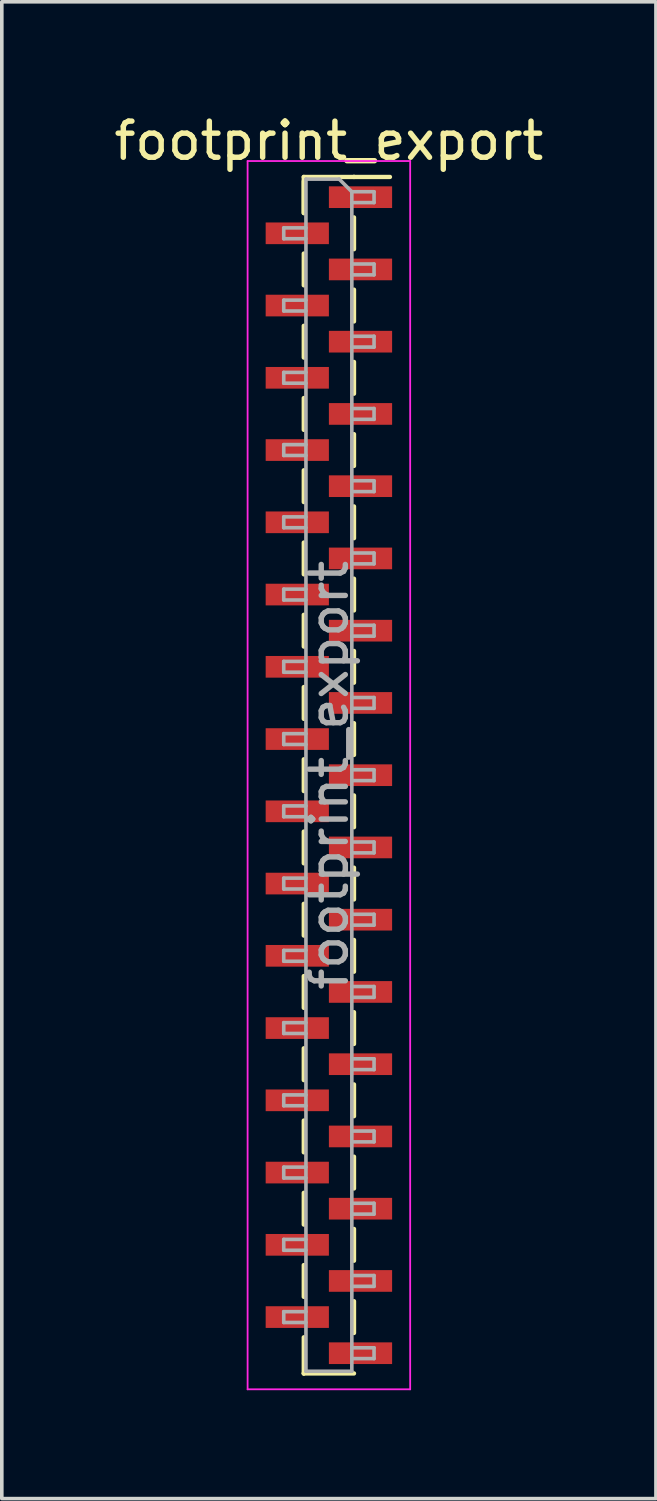
<source format=kicad_pcb>
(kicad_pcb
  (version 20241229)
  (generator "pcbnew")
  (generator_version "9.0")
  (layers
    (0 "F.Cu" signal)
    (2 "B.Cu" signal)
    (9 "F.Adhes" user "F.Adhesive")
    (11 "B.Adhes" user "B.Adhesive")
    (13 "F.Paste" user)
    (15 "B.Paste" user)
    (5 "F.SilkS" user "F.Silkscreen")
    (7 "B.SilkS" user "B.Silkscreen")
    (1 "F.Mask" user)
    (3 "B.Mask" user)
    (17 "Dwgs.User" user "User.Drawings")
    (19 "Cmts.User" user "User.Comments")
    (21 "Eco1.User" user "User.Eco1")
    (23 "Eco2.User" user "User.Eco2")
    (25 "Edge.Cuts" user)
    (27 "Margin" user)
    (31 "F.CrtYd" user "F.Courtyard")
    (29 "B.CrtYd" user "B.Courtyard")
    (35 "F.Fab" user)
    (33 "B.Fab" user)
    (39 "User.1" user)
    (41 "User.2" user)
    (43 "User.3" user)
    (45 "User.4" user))
  (footprint "footprint_export"
    (layer "F.Cu")
    (at 6.054 18.408)
    (property "Reference" "footprint_export" (at 0 -17.56 0) (layer "F.SilkS") (effects (font (size 1 1) (thickness 0.15))))
    (attr smd)
    (fp_line (start -0.695 -16.56) (end -0.695 -15.56) (stroke (width 0.12) (type solid)) (layer "F.SilkS"))
    (fp_line (start -0.695 -16.56) (end 0.695 -16.56) (stroke (width 0.12) (type solid)) (layer "F.SilkS"))
    (fp_line (start -0.695 -16.44) (end -0.695 -15.56) (stroke (width 0.12) (type solid)) (layer "F.SilkS"))
    (fp_line (start -0.695 -14.44) (end -0.695 -13.56) (stroke (width 0.12) (type solid)) (layer "F.SilkS"))
    (fp_line (start -0.695 -12.44) (end -0.695 -11.56) (stroke (width 0.12) (type solid)) (layer "F.SilkS"))
    (fp_line (start -0.695 -10.44) (end -0.695 -9.56) (stroke (width 0.12) (type solid)) (layer "F.SilkS"))
    (fp_line (start -0.695 -8.44) (end -0.695 -7.56) (stroke (width 0.12) (type solid)) (layer "F.SilkS"))
    (fp_line (start -0.695 -6.44) (end -0.695 -5.56) (stroke (width 0.12) (type solid)) (layer "F.SilkS"))
    (fp_line (start -0.695 -4.44) (end -0.695 -3.56) (stroke (width 0.12) (type solid)) (layer "F.SilkS"))
    (fp_line (start -0.695 -2.44) (end -0.695 -1.56) (stroke (width 0.12) (type solid)) (layer "F.SilkS"))
    (fp_line (start -0.695 -0.44) (end -0.695 0.44) (stroke (width 0.12) (type solid)) (layer "F.SilkS"))
    (fp_line (start -0.695 1.56) (end -0.695 2.44) (stroke (width 0.12) (type solid)) (layer "F.SilkS"))
    (fp_line (start -0.695 3.56) (end -0.695 4.44) (stroke (width 0.12) (type solid)) (layer "F.SilkS"))
    (fp_line (start -0.695 5.56) (end -0.695 6.44) (stroke (width 0.12) (type solid)) (layer "F.SilkS"))
    (fp_line (start -0.695 7.56) (end -0.695 8.44) (stroke (width 0.12) (type solid)) (layer "F.SilkS"))
    (fp_line (start -0.695 9.56) (end -0.695 10.44) (stroke (width 0.12) (type solid)) (layer "F.SilkS"))
    (fp_line (start -0.695 11.56) (end -0.695 12.44) (stroke (width 0.12) (type solid)) (layer "F.SilkS"))
    (fp_line (start -0.695 13.56) (end -0.695 14.44) (stroke (width 0.12) (type solid)) (layer "F.SilkS"))
    (fp_line (start -0.695 15.56) (end -0.695 16.56) (stroke (width 0.12) (type solid)) (layer "F.SilkS"))
    (fp_line (start -0.695 16.56) (end -0.695 16.56) (stroke (width 0.12) (type solid)) (layer "F.SilkS"))
    (fp_line (start -0.695 16.56) (end 0.695 16.56) (stroke (width 0.12) (type solid)) (layer "F.SilkS"))
    (fp_line (start 0.695 -16.56) (end 0.695 -16.56) (stroke (width 0.12) (type solid)) (layer "F.SilkS"))
    (fp_line (start 0.695 -16.56) (end 1.69 -16.56) (stroke (width 0.12) (type solid)) (layer "F.SilkS"))
    (fp_line (start 0.695 -15.44) (end 0.695 -14.56) (stroke (width 0.12) (type solid)) (layer "F.SilkS"))
    (fp_line (start 0.695 -13.44) (end 0.695 -12.56) (stroke (width 0.12) (type solid)) (layer "F.SilkS"))
    (fp_line (start 0.695 -11.44) (end 0.695 -10.56) (stroke (width 0.12) (type solid)) (layer "F.SilkS"))
    (fp_line (start 0.695 -9.44) (end 0.695 -8.56) (stroke (width 0.12) (type solid)) (layer "F.SilkS"))
    (fp_line (start 0.695 -7.44) (end 0.695 -6.56) (stroke (width 0.12) (type solid)) (layer "F.SilkS"))
    (fp_line (start 0.695 -5.44) (end 0.695 -4.56) (stroke (width 0.12) (type solid)) (layer "F.SilkS"))
    (fp_line (start 0.695 -3.44) (end 0.695 -2.56) (stroke (width 0.12) (type solid)) (layer "F.SilkS"))
    (fp_line (start 0.695 -1.44) (end 0.695 -0.56) (stroke (width 0.12) (type solid)) (layer "F.SilkS"))
    (fp_line (start 0.695 0.56) (end 0.695 1.44) (stroke (width 0.12) (type solid)) (layer "F.SilkS"))
    (fp_line (start 0.695 2.56) (end 0.695 3.44) (stroke (width 0.12) (type solid)) (layer "F.SilkS"))
    (fp_line (start 0.695 4.56) (end 0.695 5.44) (stroke (width 0.12) (type solid)) (layer "F.SilkS"))
    (fp_line (start 0.695 6.56) (end 0.695 7.44) (stroke (width 0.12) (type solid)) (layer "F.SilkS"))
    (fp_line (start 0.695 8.56) (end 0.695 9.44) (stroke (width 0.12) (type solid)) (layer "F.SilkS"))
    (fp_line (start 0.695 10.56) (end 0.695 11.44) (stroke (width 0.12) (type solid)) (layer "F.SilkS"))
    (fp_line (start 0.695 12.56) (end 0.695 13.44) (stroke (width 0.12) (type solid)) (layer "F.SilkS"))
    (fp_line (start 0.695 14.56) (end 0.695 15.44) (stroke (width 0.12) (type solid)) (layer "F.SilkS"))
    (fp_line (start -2.25 -17) (end -2.25 17) (stroke (width 0.05) (type solid)) (layer "F.CrtYd"))
    (fp_line (start -2.25 17) (end 2.25 17) (stroke (width 0.05) (type solid)) (layer "F.CrtYd"))
    (fp_line (start 2.25 -17) (end -2.25 -17) (stroke (width 0.05) (type solid)) (layer "F.CrtYd"))
    (fp_line (start 2.25 17) (end 2.25 -17) (stroke (width 0.05) (type solid)) (layer "F.CrtYd"))
    (fp_line (start -1.25 -15.15) (end -1.25 -14.85) (stroke (width 0.1) (type solid)) (layer "F.Fab"))
    (fp_line (start -1.25 -14.85) (end -0.635 -14.85) (stroke (width 0.1) (type solid)) (layer "F.Fab"))
    (fp_line (start -1.25 -13.15) (end -1.25 -12.85) (stroke (width 0.1) (type solid)) (layer "F.Fab"))
    (fp_line (start -1.25 -12.85) (end -0.635 -12.85) (stroke (width 0.1) (type solid)) (layer "F.Fab"))
    (fp_line (start -1.25 -11.15) (end -1.25 -10.85) (stroke (width 0.1) (type solid)) (layer "F.Fab"))
    (fp_line (start -1.25 -10.85) (end -0.635 -10.85) (stroke (width 0.1) (type solid)) (layer "F.Fab"))
    (fp_line (start -1.25 -9.15) (end -1.25 -8.85) (stroke (width 0.1) (type solid)) (layer "F.Fab"))
    (fp_line (start -1.25 -8.85) (end -0.635 -8.85) (stroke (width 0.1) (type solid)) (layer "F.Fab"))
    (fp_line (start -1.25 -7.15) (end -1.25 -6.85) (stroke (width 0.1) (type solid)) (layer "F.Fab"))
    (fp_line (start -1.25 -6.85) (end -0.635 -6.85) (stroke (width 0.1) (type solid)) (layer "F.Fab"))
    (fp_line (start -1.25 -5.15) (end -1.25 -4.85) (stroke (width 0.1) (type solid)) (layer "F.Fab"))
    (fp_line (start -1.25 -4.85) (end -0.635 -4.85) (stroke (width 0.1) (type solid)) (layer "F.Fab"))
    (fp_line (start -1.25 -3.15) (end -1.25 -2.85) (stroke (width 0.1) (type solid)) (layer "F.Fab"))
    (fp_line (start -1.25 -2.85) (end -0.635 -2.85) (stroke (width 0.1) (type solid)) (layer "F.Fab"))
    (fp_line (start -1.25 -1.15) (end -1.25 -0.85) (stroke (width 0.1) (type solid)) (layer "F.Fab"))
    (fp_line (start -1.25 -0.85) (end -0.635 -0.85) (stroke (width 0.1) (type solid)) (layer "F.Fab"))
    (fp_line (start -1.25 0.85) (end -1.25 1.15) (stroke (width 0.1) (type solid)) (layer "F.Fab"))
    (fp_line (start -1.25 1.15) (end -0.635 1.15) (stroke (width 0.1) (type solid)) (layer "F.Fab"))
    (fp_line (start -1.25 2.85) (end -1.25 3.15) (stroke (width 0.1) (type solid)) (layer "F.Fab"))
    (fp_line (start -1.25 3.15) (end -0.635 3.15) (stroke (width 0.1) (type solid)) (layer "F.Fab"))
    (fp_line (start -1.25 4.85) (end -1.25 5.15) (stroke (width 0.1) (type solid)) (layer "F.Fab"))
    (fp_line (start -1.25 5.15) (end -0.635 5.15) (stroke (width 0.1) (type solid)) (layer "F.Fab"))
    (fp_line (start -1.25 6.85) (end -1.25 7.15) (stroke (width 0.1) (type solid)) (layer "F.Fab"))
    (fp_line (start -1.25 7.15) (end -0.635 7.15) (stroke (width 0.1) (type solid)) (layer "F.Fab"))
    (fp_line (start -1.25 8.85) (end -1.25 9.15) (stroke (width 0.1) (type solid)) (layer "F.Fab"))
    (fp_line (start -1.25 9.15) (end -0.635 9.15) (stroke (width 0.1) (type solid)) (layer "F.Fab"))
    (fp_line (start -1.25 10.85) (end -1.25 11.15) (stroke (width 0.1) (type solid)) (layer "F.Fab"))
    (fp_line (start -1.25 11.15) (end -0.635 11.15) (stroke (width 0.1) (type solid)) (layer "F.Fab"))
    (fp_line (start -1.25 12.85) (end -1.25 13.15) (stroke (width 0.1) (type solid)) (layer "F.Fab"))
    (fp_line (start -1.25 13.15) (end -0.635 13.15) (stroke (width 0.1) (type solid)) (layer "F.Fab"))
    (fp_line (start -1.25 14.85) (end -1.25 15.15) (stroke (width 0.1) (type solid)) (layer "F.Fab"))
    (fp_line (start -1.25 15.15) (end -0.635 15.15) (stroke (width 0.1) (type solid)) (layer "F.Fab"))
    (fp_line (start -0.635 -16.5) (end -0.635 16.5) (stroke (width 0.1) (type solid)) (layer "F.Fab"))
    (fp_line (start -0.635 -16.5) (end 0.285 -16.5) (stroke (width 0.1) (type solid)) (layer "F.Fab"))
    (fp_line (start -0.635 -15.15) (end -1.25 -15.15) (stroke (width 0.1) (type solid)) (layer "F.Fab"))
    (fp_line (start -0.635 -13.15) (end -1.25 -13.15) (stroke (width 0.1) (type solid)) (layer "F.Fab"))
    (fp_line (start -0.635 -11.15) (end -1.25 -11.15) (stroke (width 0.1) (type solid)) (layer "F.Fab"))
    (fp_line (start -0.635 -9.15) (end -1.25 -9.15) (stroke (width 0.1) (type solid)) (layer "F.Fab"))
    (fp_line (start -0.635 -7.15) (end -1.25 -7.15) (stroke (width 0.1) (type solid)) (layer "F.Fab"))
    (fp_line (start -0.635 -5.15) (end -1.25 -5.15) (stroke (width 0.1) (type solid)) (layer "F.Fab"))
    (fp_line (start -0.635 -3.15) (end -1.25 -3.15) (stroke (width 0.1) (type solid)) (layer "F.Fab"))
    (fp_line (start -0.635 -1.15) (end -1.25 -1.15) (stroke (width 0.1) (type solid)) (layer "F.Fab"))
    (fp_line (start -0.635 0.85) (end -1.25 0.85) (stroke (width 0.1) (type solid)) (layer "F.Fab"))
    (fp_line (start -0.635 2.85) (end -1.25 2.85) (stroke (width 0.1) (type solid)) (layer "F.Fab"))
    (fp_line (start -0.635 4.85) (end -1.25 4.85) (stroke (width 0.1) (type solid)) (layer "F.Fab"))
    (fp_line (start -0.635 6.85) (end -1.25 6.85) (stroke (width 0.1) (type solid)) (layer "F.Fab"))
    (fp_line (start -0.635 8.85) (end -1.25 8.85) (stroke (width 0.1) (type solid)) (layer "F.Fab"))
    (fp_line (start -0.635 10.85) (end -1.25 10.85) (stroke (width 0.1) (type solid)) (layer "F.Fab"))
    (fp_line (start -0.635 12.85) (end -1.25 12.85) (stroke (width 0.1) (type solid)) (layer "F.Fab"))
    (fp_line (start -0.635 14.85) (end -1.25 14.85) (stroke (width 0.1) (type solid)) (layer "F.Fab"))
    (fp_line (start 0.635 -16.15) (end 0.285 -16.5) (stroke (width 0.1) (type solid)) (layer "F.Fab"))
    (fp_line (start 0.635 -16.15) (end 1.25 -16.15) (stroke (width 0.1) (type solid)) (layer "F.Fab"))
    (fp_line (start 0.635 -14.15) (end 1.25 -14.15) (stroke (width 0.1) (type solid)) (layer "F.Fab"))
    (fp_line (start 0.635 -12.15) (end 1.25 -12.15) (stroke (width 0.1) (type solid)) (layer "F.Fab"))
    (fp_line (start 0.635 -10.15) (end 1.25 -10.15) (stroke (width 0.1) (type solid)) (layer "F.Fab"))
    (fp_line (start 0.635 -8.15) (end 1.25 -8.15) (stroke (width 0.1) (type solid)) (layer "F.Fab"))
    (fp_line (start 0.635 -6.15) (end 1.25 -6.15) (stroke (width 0.1) (type solid)) (layer "F.Fab"))
    (fp_line (start 0.635 -4.15) (end 1.25 -4.15) (stroke (width 0.1) (type solid)) (layer "F.Fab"))
    (fp_line (start 0.635 -2.15) (end 1.25 -2.15) (stroke (width 0.1) (type solid)) (layer "F.Fab"))
    (fp_line (start 0.635 -0.15) (end 1.25 -0.15) (stroke (width 0.1) (type solid)) (layer "F.Fab"))
    (fp_line (start 0.635 1.85) (end 1.25 1.85) (stroke (width 0.1) (type solid)) (layer "F.Fab"))
    (fp_line (start 0.635 3.85) (end 1.25 3.85) (stroke (width 0.1) (type solid)) (layer "F.Fab"))
    (fp_line (start 0.635 5.85) (end 1.25 5.85) (stroke (width 0.1) (type solid)) (layer "F.Fab"))
    (fp_line (start 0.635 7.85) (end 1.25 7.85) (stroke (width 0.1) (type solid)) (layer "F.Fab"))
    (fp_line (start 0.635 9.85) (end 1.25 9.85) (stroke (width 0.1) (type solid)) (layer "F.Fab"))
    (fp_line (start 0.635 11.85) (end 1.25 11.85) (stroke (width 0.1) (type solid)) (layer "F.Fab"))
    (fp_line (start 0.635 13.85) (end 1.25 13.85) (stroke (width 0.1) (type solid)) (layer "F.Fab"))
    (fp_line (start 0.635 15.85) (end 1.25 15.85) (stroke (width 0.1) (type solid)) (layer "F.Fab"))
    (fp_line (start 0.635 16.5) (end -0.635 16.5) (stroke (width 0.1) (type solid)) (layer "F.Fab"))
    (fp_line (start 0.635 16.5) (end 0.635 -16.15) (stroke (width 0.1) (type solid)) (layer "F.Fab"))
    (fp_line (start 1.25 -16.15) (end 1.25 -15.85) (stroke (width 0.1) (type solid)) (layer "F.Fab"))
    (fp_line (start 1.25 -15.85) (end 0.635 -15.85) (stroke (width 0.1) (type solid)) (layer "F.Fab"))
    (fp_line (start 1.25 -14.15) (end 1.25 -13.85) (stroke (width 0.1) (type solid)) (layer "F.Fab"))
    (fp_line (start 1.25 -13.85) (end 0.635 -13.85) (stroke (width 0.1) (type solid)) (layer "F.Fab"))
    (fp_line (start 1.25 -12.15) (end 1.25 -11.85) (stroke (width 0.1) (type solid)) (layer "F.Fab"))
    (fp_line (start 1.25 -11.85) (end 0.635 -11.85) (stroke (width 0.1) (type solid)) (layer "F.Fab"))
    (fp_line (start 1.25 -10.15) (end 1.25 -9.85) (stroke (width 0.1) (type solid)) (layer "F.Fab"))
    (fp_line (start 1.25 -9.85) (end 0.635 -9.85) (stroke (width 0.1) (type solid)) (layer "F.Fab"))
    (fp_line (start 1.25 -8.15) (end 1.25 -7.85) (stroke (width 0.1) (type solid)) (layer "F.Fab"))
    (fp_line (start 1.25 -7.85) (end 0.635 -7.85) (stroke (width 0.1) (type solid)) (layer "F.Fab"))
    (fp_line (start 1.25 -6.15) (end 1.25 -5.85) (stroke (width 0.1) (type solid)) (layer "F.Fab"))
    (fp_line (start 1.25 -5.85) (end 0.635 -5.85) (stroke (width 0.1) (type solid)) (layer "F.Fab"))
    (fp_line (start 1.25 -4.15) (end 1.25 -3.85) (stroke (width 0.1) (type solid)) (layer "F.Fab"))
    (fp_line (start 1.25 -3.85) (end 0.635 -3.85) (stroke (width 0.1) (type solid)) (layer "F.Fab"))
    (fp_line (start 1.25 -2.15) (end 1.25 -1.85) (stroke (width 0.1) (type solid)) (layer "F.Fab"))
    (fp_line (start 1.25 -1.85) (end 0.635 -1.85) (stroke (width 0.1) (type solid)) (layer "F.Fab"))
    (fp_line (start 1.25 -0.15) (end 1.25 0.15) (stroke (width 0.1) (type solid)) (layer "F.Fab"))
    (fp_line (start 1.25 0.15) (end 0.635 0.15) (stroke (width 0.1) (type solid)) (layer "F.Fab"))
    (fp_line (start 1.25 1.85) (end 1.25 2.15) (stroke (width 0.1) (type solid)) (layer "F.Fab"))
    (fp_line (start 1.25 2.15) (end 0.635 2.15) (stroke (width 0.1) (type solid)) (layer "F.Fab"))
    (fp_line (start 1.25 3.85) (end 1.25 4.15) (stroke (width 0.1) (type solid)) (layer "F.Fab"))
    (fp_line (start 1.25 4.15) (end 0.635 4.15) (stroke (width 0.1) (type solid)) (layer "F.Fab"))
    (fp_line (start 1.25 5.85) (end 1.25 6.15) (stroke (width 0.1) (type solid)) (layer "F.Fab"))
    (fp_line (start 1.25 6.15) (end 0.635 6.15) (stroke (width 0.1) (type solid)) (layer "F.Fab"))
    (fp_line (start 1.25 7.85) (end 1.25 8.15) (stroke (width 0.1) (type solid)) (layer "F.Fab"))
    (fp_line (start 1.25 8.15) (end 0.635 8.15) (stroke (width 0.1) (type solid)) (layer "F.Fab"))
    (fp_line (start 1.25 9.85) (end 1.25 10.15) (stroke (width 0.1) (type solid)) (layer "F.Fab"))
    (fp_line (start 1.25 10.15) (end 0.635 10.15) (stroke (width 0.1) (type solid)) (layer "F.Fab"))
    (fp_line (start 1.25 11.85) (end 1.25 12.15) (stroke (width 0.1) (type solid)) (layer "F.Fab"))
    (fp_line (start 1.25 12.15) (end 0.635 12.15) (stroke (width 0.1) (type solid)) (layer "F.Fab"))
    (fp_line (start 1.25 13.85) (end 1.25 14.15) (stroke (width 0.1) (type solid)) (layer "F.Fab"))
    (fp_line (start 1.25 14.15) (end 0.635 14.15) (stroke (width 0.1) (type solid)) (layer "F.Fab"))
    (fp_line (start 1.25 15.85) (end 1.25 16.15) (stroke (width 0.1) (type solid)) (layer "F.Fab"))
    (fp_line (start 1.25 16.15) (end 0.635 16.15) (stroke (width 0.1) (type solid)) (layer "F.Fab"))
    (fp_text user "${REFERENCE}" (at 0 0 90) (layer "F.Fab") (effects (font (size 1 1) (thickness 0.15))))
    (pad "1" smd rect (at 0.875 -16) (size 1.75 0.6) (layers "F.Cu" "F.Mask" "F.Paste"))
    (pad "2" smd rect (at -0.875 -15) (size 1.75 0.6) (layers "F.Cu" "F.Mask" "F.Paste"))
    (pad "3" smd rect (at 0.875 -14) (size 1.75 0.6) (layers "F.Cu" "F.Mask" "F.Paste"))
    (pad "4" smd rect (at -0.875 -13) (size 1.75 0.6) (layers "F.Cu" "F.Mask" "F.Paste"))
    (pad "5" smd rect (at 0.875 -12) (size 1.75 0.6) (layers "F.Cu" "F.Mask" "F.Paste"))
    (pad "6" smd rect (at -0.875 -11) (size 1.75 0.6) (layers "F.Cu" "F.Mask" "F.Paste"))
    (pad "7" smd rect (at 0.875 -10) (size 1.75 0.6) (layers "F.Cu" "F.Mask" "F.Paste"))
    (pad "8" smd rect (at -0.875 -9) (size 1.75 0.6) (layers "F.Cu" "F.Mask" "F.Paste"))
    (pad "9" smd rect (at 0.875 -8) (size 1.75 0.6) (layers "F.Cu" "F.Mask" "F.Paste"))
    (pad "10" smd rect (at -0.875 -7) (size 1.75 0.6) (layers "F.Cu" "F.Mask" "F.Paste"))
    (pad "11" smd rect (at 0.875 -6) (size 1.75 0.6) (layers "F.Cu" "F.Mask" "F.Paste"))
    (pad "12" smd rect (at -0.875 -5) (size 1.75 0.6) (layers "F.Cu" "F.Mask" "F.Paste"))
    (pad "13" smd rect (at 0.875 -4) (size 1.75 0.6) (layers "F.Cu" "F.Mask" "F.Paste"))
    (pad "14" smd rect (at -0.875 -3) (size 1.75 0.6) (layers "F.Cu" "F.Mask" "F.Paste"))
    (pad "15" smd rect (at 0.875 -2) (size 1.75 0.6) (layers "F.Cu" "F.Mask" "F.Paste"))
    (pad "16" smd rect (at -0.875 -1) (size 1.75 0.6) (layers "F.Cu" "F.Mask" "F.Paste"))
    (pad "17" smd rect (at 0.875 0) (size 1.75 0.6) (layers "F.Cu" "F.Mask" "F.Paste"))
    (pad "18" smd rect (at -0.875 1) (size 1.75 0.6) (layers "F.Cu" "F.Mask" "F.Paste"))
    (pad "19" smd rect (at 0.875 2) (size 1.75 0.6) (layers "F.Cu" "F.Mask" "F.Paste"))
    (pad "20" smd rect (at -0.875 3) (size 1.75 0.6) (layers "F.Cu" "F.Mask" "F.Paste"))
    (pad "21" smd rect (at 0.875 4) (size 1.75 0.6) (layers "F.Cu" "F.Mask" "F.Paste"))
    (pad "22" smd rect (at -0.875 5) (size 1.75 0.6) (layers "F.Cu" "F.Mask" "F.Paste"))
    (pad "23" smd rect (at 0.875 6) (size 1.75 0.6) (layers "F.Cu" "F.Mask" "F.Paste"))
    (pad "24" smd rect (at -0.875 7) (size 1.75 0.6) (layers "F.Cu" "F.Mask" "F.Paste"))
    (pad "25" smd rect (at 0.875 8) (size 1.75 0.6) (layers "F.Cu" "F.Mask" "F.Paste"))
    (pad "26" smd rect (at -0.875 9) (size 1.75 0.6) (layers "F.Cu" "F.Mask" "F.Paste"))
    (pad "27" smd rect (at 0.875 10) (size 1.75 0.6) (layers "F.Cu" "F.Mask" "F.Paste"))
    (pad "28" smd rect (at -0.875 11) (size 1.75 0.6) (layers "F.Cu" "F.Mask" "F.Paste"))
    (pad "29" smd rect (at 0.875 12) (size 1.75 0.6) (layers "F.Cu" "F.Mask" "F.Paste"))
    (pad "30" smd rect (at -0.875 13) (size 1.75 0.6) (layers "F.Cu" "F.Mask" "F.Paste"))
    (pad "31" smd rect (at 0.875 14) (size 1.75 0.6) (layers "F.Cu" "F.Mask" "F.Paste"))
    (pad "32" smd rect (at -0.875 15) (size 1.75 0.6) (layers "F.Cu" "F.Mask" "F.Paste"))
    (pad "33" smd rect (at 0.875 16) (size 1.75 0.6) (layers "F.Cu" "F.Mask" "F.Paste")))
  (gr_rect
    (start -3 -3)
    (end 15.107 38.433)
    (stroke (width 0.1) (type default))
    (fill no)
    (layer "Edge.Cuts")))
</source>
